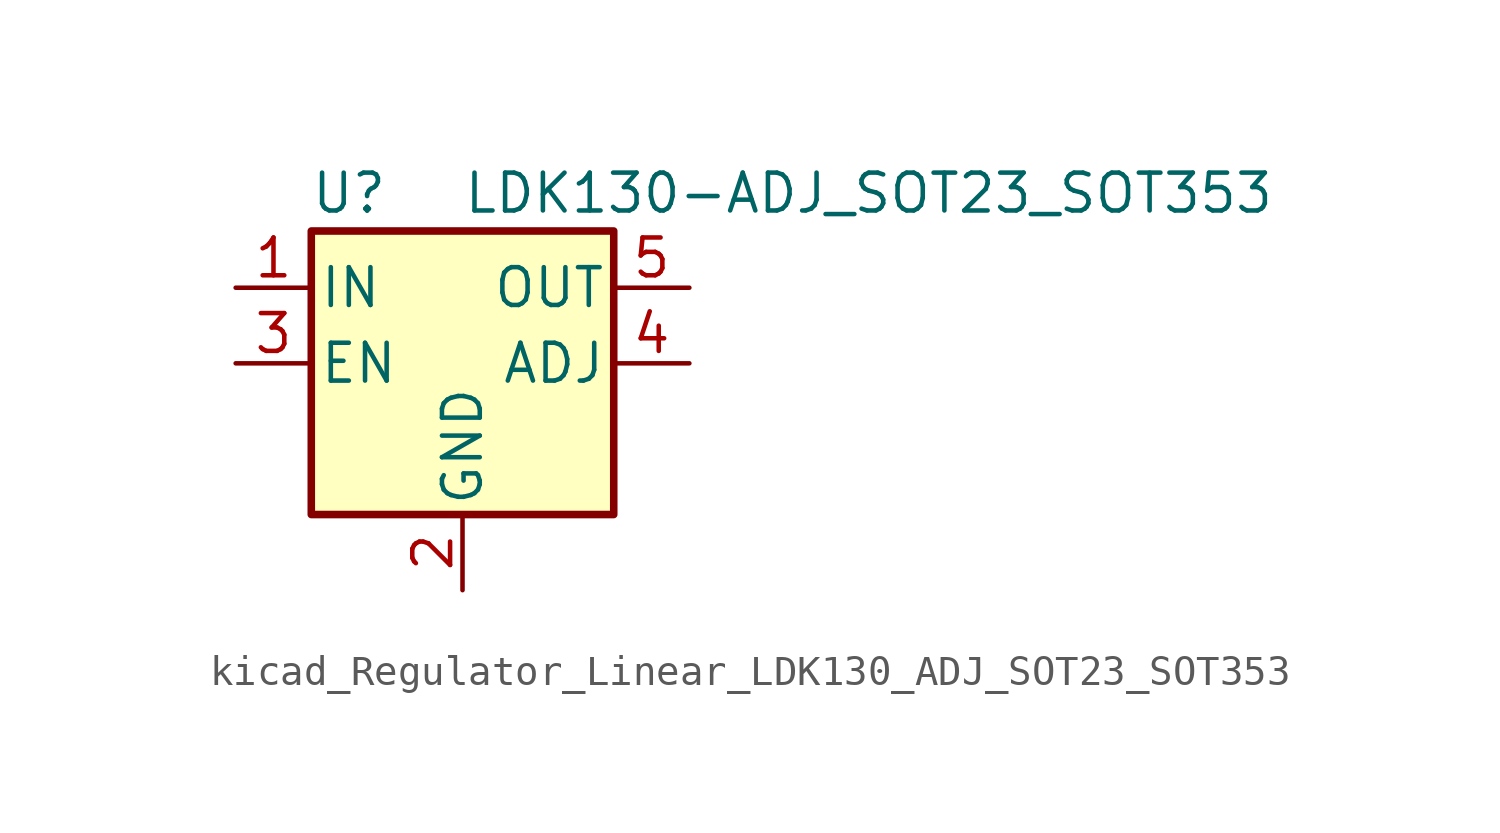
<source format=kicad_sym>
(kicad_symbol_lib
  (version 20220914)
  (generator kicad_symbol_editor)
  (symbol "kicad_Regulator_Linear_LDK130_ADJ_SOT23_SOT353"
    (pin_names
      (offset 0.254))
    (property "Reference" "U"
      (at -3.81 5.715 0)
      (effects (font (size 1.27 1.27))))
    (property "Value" "LDK130-ADJ_SOT23_SOT353"
      (at 0 5.715 0)
      (effects (font (size 1.27 1.27)) (justify left)))
    (symbol "kicad_Regulator_Linear_LDK130_ADJ_SOT23_SOT353_0_1"
      (rectangle (start -5.08 4.445) (end 5.08 -5.08) (stroke (width 0.254) (type default)) (fill (type background))))
    (symbol "kicad_Regulator_Linear_LDK130_ADJ_SOT23_SOT353_1_1"
      (pin power_in line (at -7.62 2.54 0) (length 2.54) (name "IN" (effects (font (size 1.27 1.27)))) (number "1" (effects (font (size 1.27 1.27)))))
      (pin power_in line (at 0 -7.62 90) (length 2.54) (name "GND" (effects (font (size 1.27 1.27)))) (number "2" (effects (font (size 1.27 1.27)))))
      (pin input line (at -7.62 0 0) (length 2.54) (name "EN" (effects (font (size 1.27 1.27)))) (number "3" (effects (font (size 1.27 1.27)))))
      (pin input line (at 7.62 0 180) (length 2.54) (name "ADJ" (effects (font (size 1.27 1.27)))) (number "4" (effects (font (size 1.27 1.27)))))
      (pin power_out line (at 7.62 2.54 180) (length 2.54) (name "OUT" (effects (font (size 1.27 1.27)))) (number "5" (effects (font (size 1.27 1.27))))))))
</source>
